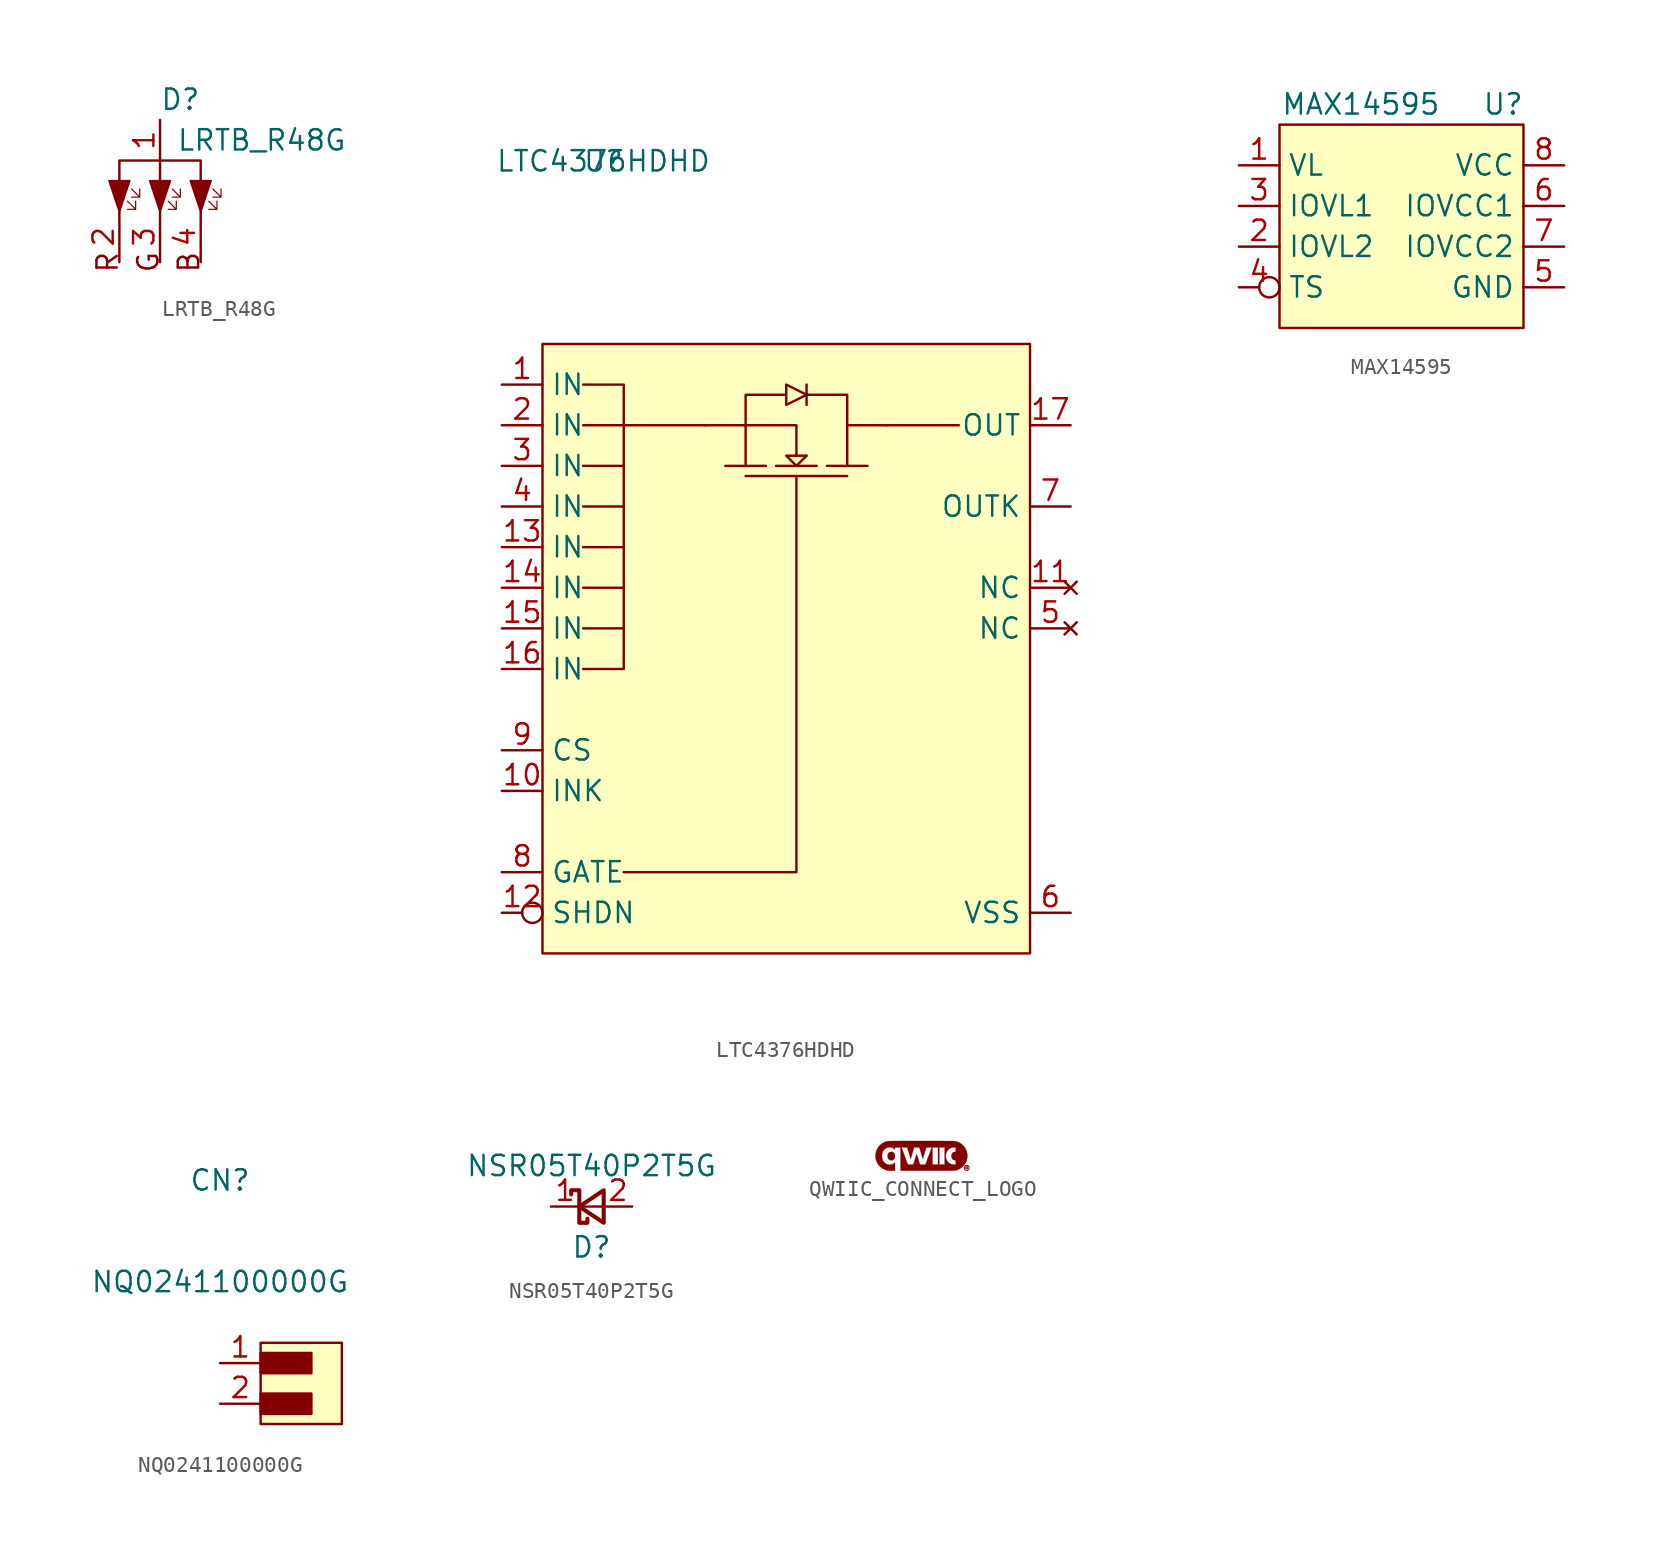
<source format=kicad_sym>
(kicad_symbol_lib
  (version 20211014)
  (generator kicad_symbol_editor)
  (symbol "LRTB_R48G"
    (property "Reference" "D"
      (at 1.27 1.27 0)
      (effects (font (size 1.27 1.27))))
    (property "Value" "LRTB_R48G"
      (at 6.35 -1.27 0)
      (effects (font (size 1.27 1.27))))
    (symbol "LRTB_R48G_0_0"
      (polyline (pts (xy 0 -3.81) (xy 0 -2.54)) (stroke (width 0) (type default) (color 0 0 0 0)) (fill (type none)))
      (polyline (pts (xy -3.175 -3.81) (xy -1.905 -3.81) (xy -2.54 -5.715) (xy -3.175 -3.81) (xy -2.54 -3.81)) (stroke (width 0.127) (type default) (color 0 0 0 0)) (fill (type outline)))
      (polyline (pts (xy -2.54 -3.81) (xy -2.54 -2.54) (xy 0 -2.54) (xy 2.54 -2.54) (xy 2.54 -3.81)) (stroke (width 0) (type default) (color 0 0 0 0)) (fill (type none)))
      (polyline (pts (xy -0.635 -3.81) (xy 0.635 -3.81) (xy 0 -5.715) (xy -0.635 -3.81) (xy 0 -3.81)) (stroke (width 0.127) (type default) (color 0 0 0 0)) (fill (type outline)))
      (polyline (pts (xy 1.905 -3.81) (xy 3.175 -3.81) (xy 2.54 -5.715) (xy 1.905 -3.81) (xy 2.54 -3.81)) (stroke (width 0.127) (type default) (color 0 0 0 0)) (fill (type outline)))
      (polyline (pts (xy -2.032 -5.08) (xy -1.524 -5.588) (xy -1.524 -5.08) (xy -1.524 -5.588) (xy -2.032 -5.588) (xy -1.524 -5.588)) (stroke (width 0.076) (type default) (color 0 0 0 0)) (fill (type none)))
      (polyline (pts (xy -1.778 -4.318) (xy -1.27 -4.826) (xy -1.27 -4.318) (xy -1.27 -4.826) (xy -1.778 -4.826) (xy -1.27 -4.826)) (stroke (width 0.076) (type default) (color 0 0 0 0)) (fill (type none)))
      (polyline (pts (xy 0.508 -5.08) (xy 1.016 -5.588) (xy 1.016 -5.08) (xy 1.016 -5.588) (xy 0.508 -5.588) (xy 1.016 -5.588)) (stroke (width 0.076) (type default) (color 0 0 0 0)) (fill (type none)))
      (polyline (pts (xy 0.762 -4.318) (xy 1.27 -4.826) (xy 1.27 -4.318) (xy 1.27 -4.826) (xy 0.762 -4.826) (xy 1.27 -4.826)) (stroke (width 0.076) (type default) (color 0 0 0 0)) (fill (type none)))
      (polyline (pts (xy 3.048 -5.08) (xy 3.556 -5.588) (xy 3.556 -5.08) (xy 3.556 -5.588) (xy 3.048 -5.588) (xy 3.556 -5.588)) (stroke (width 0.076) (type default) (color 0 0 0 0)) (fill (type none)))
      (polyline (pts (xy 3.302 -4.318) (xy 3.81 -4.826) (xy 3.81 -4.318) (xy 3.81 -4.826) (xy 3.302 -4.826) (xy 3.81 -4.826)) (stroke (width 0.076) (type default) (color 0 0 0 0)) (fill (type none)))
      (text "B" (at 2.54 -8.89 900) (effects (font (size 1.27 1.27)) (justify bottom)))
      (text "G" (at 0 -8.89 900) (effects (font (size 1.27 1.27)) (justify bottom)))
      (text "R" (at -2.54 -8.89 900) (effects (font (size 1.27 1.27)) (justify bottom))))
    (symbol "LRTB_R48G_1_1"
      (pin passive line (at 0 0 270) (length 2.54) (name "" (effects (font (size 1.27 1.27)))) (number "1" (effects (font (size 1.27 1.27)))))
      (pin passive line (at -2.54 -8.89 90) (length 3.175) (name "" (effects (font (size 1.27 1.27)))) (number "2" (effects (font (size 1.27 1.27)))))
      (pin passive line (at 0 -8.89 90) (length 3.175) (name "" (effects (font (size 1.27 1.27)))) (number "3" (effects (font (size 1.27 1.27)))))
      (pin passive line (at 2.54 -8.89 90) (length 3.175) (name "" (effects (font (size 1.27 1.27)))) (number "4" (effects (font (size 1.27 1.27)))))))
  (symbol "LTC4376HDHD"
    (property "Reference" "U"
      (at 6.35 13.97 0)
      (effects (font (size 1.27 1.27))))
    (property "Value" "LTC4376HDHD"
      (at 6.35 13.97 0)
      (effects (font (size 1.27 1.27))))
    (symbol "LTC4376HDHD_0_0"
      (pin power_in line (at 0 0 0) (length 2.54) (name "IN" (effects (font (size 1.27 1.27)))) (number "1" (effects (font (size 1.27 1.27)))))
      (pin power_in line (at 0 -25.4 0) (length 2.54) (name "INK" (effects (font (size 1.27 1.27)))) (number "10" (effects (font (size 1.27 1.27)))))
      (pin no_connect line (at 35.56 -12.7 180) (length 2.54) (name "NC" (effects (font (size 1.27 1.27)))) (number "11" (effects (font (size 1.27 1.27)))))
      (pin input inverted (at 0 -33.02 0) (length 2.54) (name "SHDN" (effects (font (size 1.27 1.27)))) (number "12" (effects (font (size 1.27 1.27)))))
      (pin power_in line (at 0 -10.16 0) (length 2.54) (name "IN" (effects (font (size 1.27 1.27)))) (number "13" (effects (font (size 1.27 1.27)))))
      (pin power_in line (at 0 -12.7 0) (length 2.54) (name "IN" (effects (font (size 1.27 1.27)))) (number "14" (effects (font (size 1.27 1.27)))))
      (pin power_in line (at 0 -15.24 0) (length 2.54) (name "IN" (effects (font (size 1.27 1.27)))) (number "15" (effects (font (size 1.27 1.27)))))
      (pin power_in line (at 0 -17.78 0) (length 2.54) (name "IN" (effects (font (size 1.27 1.27)))) (number "16" (effects (font (size 1.27 1.27)))))
      (pin power_out line (at 35.56 -2.54 180) (length 2.54) (name "OUT" (effects (font (size 1.27 1.27)))) (number "17" (effects (font (size 1.27 1.27)))))
      (pin power_in line (at 0 -2.54 0) (length 2.54) (name "IN" (effects (font (size 1.27 1.27)))) (number "2" (effects (font (size 1.27 1.27)))))
      (pin power_in line (at 0 -5.08 0) (length 2.54) (name "IN" (effects (font (size 1.27 1.27)))) (number "3" (effects (font (size 1.27 1.27)))))
      (pin power_in line (at 0 -7.62 0) (length 2.54) (name "IN" (effects (font (size 1.27 1.27)))) (number "4" (effects (font (size 1.27 1.27)))))
      (pin no_connect line (at 35.56 -15.24 180) (length 2.54) (name "NC" (effects (font (size 1.27 1.27)))) (number "5" (effects (font (size 1.27 1.27)))))
      (pin power_in line (at 35.56 -33.02 180) (length 2.54) (name "VSS" (effects (font (size 1.27 1.27)))) (number "6" (effects (font (size 1.27 1.27)))))
      (pin power_in line (at 35.56 -7.62 180) (length 2.54) (name "OUTK" (effects (font (size 1.27 1.27)))) (number "7" (effects (font (size 1.27 1.27)))))
      (pin output line (at 0 -30.48 0) (length 2.54) (name "GATE" (effects (font (size 1.27 1.27)))) (number "8" (effects (font (size 1.27 1.27)))))
      (pin power_in line (at 0 -22.86 0) (length 2.54) (name "CS" (effects (font (size 1.27 1.27)))) (number "9" (effects (font (size 1.27 1.27))))))
    (symbol "LTC4376HDHD_0_1"
      (polyline (pts (xy 5.08 -15.24) (xy 7.62 -15.24)) (stroke (width 0) (type default) (color 0 0 0 0)) (fill (type none)))
      (polyline (pts (xy 5.08 -12.7) (xy 7.62 -12.7)) (stroke (width 0) (type default) (color 0 0 0 0)) (fill (type none)))
      (polyline (pts (xy 5.08 -10.16) (xy 7.62 -10.16)) (stroke (width 0) (type default) (color 0 0 0 0)) (fill (type none)))
      (polyline (pts (xy 5.08 -7.62) (xy 7.62 -7.62)) (stroke (width 0) (type default) (color 0 0 0 0)) (fill (type none)))
      (polyline (pts (xy 5.08 -5.08) (xy 7.62 -5.08)) (stroke (width 0) (type default) (color 0 0 0 0)) (fill (type none)))
      (polyline (pts (xy 5.08 -2.54) (xy 7.62 -2.54)) (stroke (width 0) (type default) (color 0 0 0 0)) (fill (type none)))
      (polyline (pts (xy 12.7 -2.54) (xy 7.62 -2.54)) (stroke (width 0) (type default) (color 0 0 0 0)) (fill (type none)))
      (polyline (pts (xy 15.24 -5.715) (xy 21.59 -5.715)) (stroke (width 0) (type default) (color 0 0 0 0)) (fill (type none)))
      (polyline (pts (xy 15.24 -5.08) (xy 13.97 -5.08)) (stroke (width 0) (type default) (color 0 0 0 0)) (fill (type none)))
      (polyline (pts (xy 17.145 -5.08) (xy 19.685 -5.08)) (stroke (width 0) (type default) (color 0 0 0 0)) (fill (type none)))
      (polyline (pts (xy 18.415 -5.08) (xy 19.05 -4.445)) (stroke (width 0) (type default) (color 0 0 0 0)) (fill (type none)))
      (polyline (pts (xy 19.05 0) (xy 19.05 -1.27)) (stroke (width 0) (type default) (color 0 0 0 0)) (fill (type none)))
      (polyline (pts (xy 21.59 -5.08) (xy 22.86 -5.08)) (stroke (width 0) (type default) (color 0 0 0 0)) (fill (type none)))
      (polyline (pts (xy 24.13 -2.54) (xy 28.575 -2.54)) (stroke (width 0) (type default) (color 0 0 0 0)) (fill (type none)))
      (polyline (pts (xy 18.415 -5.715) (xy 18.415 -30.48) (xy 7.62 -30.48)) (stroke (width 0) (type default) (color 0 0 0 0)) (fill (type none)))
      (polyline (pts (xy 18.415 -5.08) (xy 17.78 -4.445) (xy 19.05 -4.445)) (stroke (width 0) (type default) (color 0 0 0 0)) (fill (type none)))
      (polyline (pts (xy 18.415 -4.445) (xy 18.415 -2.54) (xy 15.24 -2.54)) (stroke (width 0) (type default) (color 0 0 0 0)) (fill (type none)))
      (polyline (pts (xy 19.05 -0.635) (xy 21.59 -0.635) (xy 21.59 -2.54)) (stroke (width 0) (type default) (color 0 0 0 0)) (fill (type none)))
      (polyline (pts (xy 5.08 -17.78) (xy 7.62 -17.78) (xy 7.62 0) (xy 5.08 0)) (stroke (width 0) (type default) (color 0 0 0 0)) (fill (type none)))
      (polyline (pts (xy 12.7 -2.54) (xy 15.24 -2.54) (xy 15.24 -5.08) (xy 16.51 -5.08)) (stroke (width 0) (type default) (color 0 0 0 0)) (fill (type none)))
      (polyline (pts (xy 20.32 -5.08) (xy 21.59 -5.08) (xy 21.59 -2.54) (xy 24.13 -2.54)) (stroke (width 0) (type default) (color 0 0 0 0)) (fill (type none)))
      (polyline (pts (xy 15.24 -2.54) (xy 15.24 -0.635) (xy 17.78 -0.635) (xy 17.78 0) (xy 19.05 -0.635) (xy 17.78 -1.27) (xy 17.78 -0.635)) (stroke (width 0) (type default) (color 0 0 0 0)) (fill (type none)))
      (rectangle (start 2.54 -35.56) (end 33.02 2.54) (stroke (width 0) (type default) (color 0 0 0 0)) (fill (type background)))))
  (symbol "MAX14595"
    (property "Reference" "U"
      (at 16.51 3.81 0)
      (effects (font (size 1.27 1.27))))
    (property "Value" "MAX14595"
      (at 7.62 3.81 0)
      (effects (font (size 1.27 1.27))))
    (symbol "MAX14595_0_0"
      (pin power_in line (at 0 0 0) (length 2.54) (name "VL" (effects (font (size 1.27 1.27)))) (number "1" (effects (font (size 1.27 1.27)))))
      (pin bidirectional line (at 0 -5.08 0) (length 2.54) (name "IOVL2" (effects (font (size 1.27 1.27)))) (number "2" (effects (font (size 1.27 1.27)))))
      (pin bidirectional line (at 0 -2.54 0) (length 2.54) (name "IOVL1" (effects (font (size 1.27 1.27)))) (number "3" (effects (font (size 1.27 1.27)))))
      (pin input inverted (at 0 -7.62 0) (length 2.54) (name "TS" (effects (font (size 1.27 1.27)))) (number "4" (effects (font (size 1.27 1.27)))))
      (pin power_in line (at 20.32 -7.62 180) (length 2.54) (name "GND" (effects (font (size 1.27 1.27)))) (number "5" (effects (font (size 1.27 1.27)))))
      (pin bidirectional line (at 20.32 -2.54 180) (length 2.54) (name "IOVCC1" (effects (font (size 1.27 1.27)))) (number "6" (effects (font (size 1.27 1.27)))))
      (pin bidirectional line (at 20.32 -5.08 180) (length 2.54) (name "IOVCC2" (effects (font (size 1.27 1.27)))) (number "7" (effects (font (size 1.27 1.27)))))
      (pin power_in line (at 20.32 0 180) (length 2.54) (name "VCC" (effects (font (size 1.27 1.27)))) (number "8" (effects (font (size 1.27 1.27))))))
    (symbol "MAX14595_0_1"
      (rectangle (start 2.54 -10.16) (end 17.78 2.54) (stroke (width 0) (type default) (color 0 0 0 0)) (fill (type background)))))
  (symbol "NQ0241100000G"
    (property "Reference" "CN"
      (at 0 11.43 0)
      (effects (font (size 1.27 1.27))))
    (property "Value" "NQ0241100000G"
      (at 0 5.08 0)
      (effects (font (size 1.27 1.27))))
    (symbol "NQ0241100000G_0_1"
      (rectangle (start 2.54 -3.81) (end 7.62 1.27) (stroke (width 0) (type default) (color 0 0 0 0)) (fill (type background)))
      (rectangle (start 2.54 -3.175) (end 5.715 -1.905) (stroke (width 0) (type default) (color 0 0 0 0)) (fill (type outline)))
      (rectangle (start 2.54 -0.635) (end 5.715 0.635) (stroke (width 0) (type default) (color 0 0 0 0)) (fill (type outline))))
    (symbol "NQ0241100000G_1_1"
      (pin passive line (at 0 0 0) (length 2.54) (name "" (effects (font (size 1.27 1.27)))) (number "1" (effects (font (size 1.27 1.27)))))
      (pin passive line (at 0 -2.54 0) (length 2.54) (name "" (effects (font (size 1.27 1.27)))) (number "2" (effects (font (size 1.27 1.27)))))))
  (symbol "NSR05T40P2T5G"
    (property "Reference" "D"
      (at 2.54 -2.54 0)
      (effects (font (size 1.27 1.27))))
    (property "Value" "NSR05T40P2T5G"
      (at 2.54 2.54 0)
      (effects (font (size 1.27 1.27))))
    (symbol "NSR05T40P2T5G_0_1"
      (polyline (pts (xy 1.778 0) (xy 3.302 0)) (stroke (width 0) (type default) (color 0 0 0 0)) (fill (type none)))
      (polyline (pts (xy 3.302 -1.016) (xy 1.778 0) (xy 3.302 1.016) (xy 3.302 -1.016)) (stroke (width 0.254) (type default) (color 0 0 0 0)) (fill (type none)))
      (polyline (pts (xy 1.27 0.762) (xy 1.27 1.016) (xy 1.778 1.016) (xy 1.778 -1.016) (xy 2.286 -1.016) (xy 2.286 -0.762)) (stroke (width 0.254) (type default) (color 0 0 0 0)) (fill (type none))))
    (symbol "NSR05T40P2T5G_1_1"
      (pin passive line (at 0 0 0) (length 1.778) (name "" (effects (font (size 1.27 1.27)))) (number "1" (effects (font (size 1.27 1.27)))))
      (pin passive line (at 5.08 0 180) (length 1.778) (name "" (effects (font (size 1.27 1.27)))) (number "2" (effects (font (size 1.27 1.27)))))))
  (symbol "QWIIC_CONNECT_LOGO"
    (pin_names
      (offset 1.016))
    (property "Reference" "LOGO"
      (at 0 3.81 0)
      (effects (font (size 1.27 1.27)) hide))
    (symbol "QWIIC_CONNECT_LOGO_0_0"
      (polyline (pts (xy -1.867 -0.325) (xy -1.83 -0.317) (xy -1.817 -0.312) (xy -1.782 -0.29) (xy -1.749 -0.26) (xy -1.722 -0.224) (xy -1.702 -0.187) (xy -1.694 -0.159) (xy -1.683 -0.102) (xy -1.683 -0.044) (xy -1.69 0.013) (xy -1.706 0.065) (xy -1.73 0.111) (xy -1.762 0.147) (xy -1.788 0.168) (xy -1.823 0.186) (xy -1.863 0.196) (xy -1.911 0.2) (xy -1.943 0.199) (xy -1.967 0.196) (xy -1.988 0.19) (xy -2.011 0.18) (xy -2.047 0.158) (xy -2.082 0.123) (xy -2.11 0.078) (xy -2.123 0.048) (xy -2.137 -0.008) (xy -2.141 -0.069) (xy -2.135 -0.13) (xy -2.12 -0.187) (xy -2.112 -0.206) (xy -2.089 -0.241) (xy -2.059 -0.274) (xy -2.027 -0.3) (xy -1.995 -0.317) (xy -1.991 -0.318) (xy -1.953 -0.326) (xy -1.91 -0.328) (xy -1.867 -0.325)) (stroke (width 0.01) (type default) (color 0 0 0 0)) (fill (type outline)))
      (polyline (pts (xy 2.779 -0.881) (xy 2.785 -0.874) (xy 2.786 -0.858) (xy 2.788 -0.842) (xy 2.793 -0.835) (xy 2.807 -0.833) (xy 2.815 -0.834) (xy 2.829 -0.841) (xy 2.842 -0.858) (xy 2.843 -0.859) (xy 2.858 -0.876) (xy 2.874 -0.882) (xy 2.885 -0.882) (xy 2.89 -0.878) (xy 2.888 -0.868) (xy 2.877 -0.85) (xy 2.862 -0.826) (xy 2.877 -0.808) (xy 2.878 -0.806) (xy 2.89 -0.78) (xy 2.889 -0.754) (xy 2.874 -0.731) (xy 2.873 -0.731) (xy 2.863 -0.722) (xy 2.851 -0.717) (xy 2.832 -0.715) (xy 2.804 -0.714) (xy 2.751 -0.714) (xy 2.751 -0.769) (xy 2.786 -0.769) (xy 2.787 -0.762) (xy 2.788 -0.748) (xy 2.796 -0.743) (xy 2.813 -0.742) (xy 2.837 -0.745) (xy 2.852 -0.756) (xy 2.857 -0.775) (xy 2.853 -0.787) (xy 2.838 -0.798) (xy 2.825 -0.802) (xy 2.804 -0.805) (xy 2.791 -0.8) (xy 2.79 -0.799) (xy 2.788 -0.787) (xy 2.786 -0.769) (xy 2.751 -0.769) (xy 2.751 -0.882) (xy 2.769 -0.882) (xy 2.779 -0.881)) (stroke (width 0.01) (type default) (color 0 0 0 0)) (fill (type outline)))
      (polyline (pts (xy 2.836 -0.978) (xy 2.868 -0.97) (xy 2.899 -0.957) (xy 2.937 -0.93) (xy 2.966 -0.894) (xy 2.983 -0.851) (xy 2.99 -0.8) (xy 2.987 -0.768) (xy 2.973 -0.722) (xy 2.948 -0.684) (xy 2.913 -0.654) (xy 2.87 -0.634) (xy 2.841 -0.626) (xy 2.818 -0.624) (xy 2.796 -0.626) (xy 2.766 -0.634) (xy 2.759 -0.636) (xy 2.718 -0.657) (xy 2.686 -0.685) (xy 2.663 -0.72) (xy 2.649 -0.759) (xy 2.644 -0.801) (xy 2.645 -0.807) (xy 2.681 -0.807) (xy 2.685 -0.767) (xy 2.699 -0.732) (xy 2.701 -0.727) (xy 2.728 -0.697) (xy 2.763 -0.676) (xy 2.803 -0.665) (xy 2.844 -0.666) (xy 2.883 -0.678) (xy 2.904 -0.692) (xy 2.931 -0.72) (xy 2.949 -0.754) (xy 2.956 -0.792) (xy 2.953 -0.83) (xy 2.941 -0.866) (xy 2.918 -0.897) (xy 2.885 -0.922) (xy 2.881 -0.924) (xy 2.84 -0.937) (xy 2.797 -0.937) (xy 2.756 -0.926) (xy 2.721 -0.904) (xy 2.701 -0.881) (xy 2.687 -0.846) (xy 2.681 -0.807) (xy 2.645 -0.807) (xy 2.649 -0.842) (xy 2.662 -0.882) (xy 2.686 -0.917) (xy 2.718 -0.946) (xy 2.76 -0.967) (xy 2.783 -0.974) (xy 2.81 -0.979) (xy 2.836 -0.978)) (stroke (width 0.01) (type default) (color 0 0 0 0)) (fill (type outline)))
      (polyline (pts (xy 1.153 -0.98) (xy 1.274 -0.98) (xy 1.384 -0.98) (xy 1.484 -0.98) (xy 1.575 -0.979) (xy 1.656 -0.979) (xy 1.729 -0.979) (xy 1.794 -0.978) (xy 1.851 -0.977) (xy 1.902 -0.976) (xy 1.947 -0.975) (xy 1.985 -0.974) (xy 2.019 -0.972) (xy 2.048 -0.971) (xy 2.073 -0.969) (xy 2.094 -0.967) (xy 2.112 -0.964) (xy 2.128 -0.962) (xy 2.142 -0.959) (xy 2.155 -0.955) (xy 2.167 -0.952) (xy 2.178 -0.948) (xy 2.19 -0.944) (xy 2.203 -0.94) (xy 2.217 -0.935) (xy 2.314 -0.896) (xy 2.412 -0.844) (xy 2.502 -0.782) (xy 2.583 -0.71) (xy 2.655 -0.631) (xy 2.716 -0.544) (xy 2.767 -0.45) (xy 2.807 -0.351) (xy 2.836 -0.248) (xy 2.852 -0.141) (xy 2.856 -0.032) (xy 2.847 0.08) (xy 2.825 0.192) (xy 2.799 0.276) (xy 2.755 0.376) (xy 2.699 0.47) (xy 2.633 0.556) (xy 2.558 0.634) (xy 2.474 0.703) (xy 2.382 0.762) (xy 2.283 0.81) (xy 2.178 0.847) (xy 2.069 0.872) (xy 2.058 0.873) (xy 2.033 0.874) (xy 1.994 0.875) (xy 1.944 0.876) (xy 1.883 0.877) (xy 1.811 0.877) (xy 1.729 0.878) (xy 1.637 0.879) (xy 1.538 0.88) (xy 1.429 0.88) (xy 1.314 0.881) (xy 1.193 0.881) (xy 1.065 0.882) (xy 0.932 0.882) (xy 0.795 0.883) (xy 0.654 0.883) (xy 0.509 0.883) (xy 0.363 0.883) (xy 0.214 0.883) (xy -0.235 0.883) (xy -0.384 0.883) (xy -0.53 0.883) (xy -0.675 0.883) (xy -0.817 0.883) (xy -0.955 0.882) (xy -1.088 0.882) (xy -1.217 0.881) (xy -1.339 0.881) (xy -1.455 0.88) (xy -1.564 0.88) (xy -1.666 0.879) (xy -1.758 0.878) (xy -1.842 0.878) (xy -1.915 0.877) (xy -1.978 0.876) (xy -2.03 0.875) (xy -2.07 0.874) (xy -2.097 0.873) (xy -2.111 0.872) (xy -2.145 0.866) (xy -2.256 0.837) (xy -2.361 0.795) (xy -2.459 0.743) (xy -2.549 0.68) (xy -2.63 0.607) (xy -2.703 0.525) (xy -2.765 0.434) (xy -2.816 0.336) (xy -2.857 0.23) (xy -2.885 0.117) (xy -2.889 0.093) (xy -2.894 0.064) (xy -2.897 0.036) (xy -2.898 0.005) (xy -2.898 -0.033) (xy -2.897 -0.08) (xy -2.896 -0.106) (xy -2.889 -0.186) (xy -2.878 -0.258) (xy -2.86 -0.326) (xy -2.835 -0.393) (xy -2.802 -0.465) (xy -2.759 -0.543) (xy -2.694 -0.635) (xy -2.619 -0.717) (xy -2.535 -0.79) (xy -2.443 -0.852) (xy -2.343 -0.903) (xy -2.237 -0.943) (xy -2.125 -0.97) (xy -2.102 -0.973) (xy -2.063 -0.976) (xy -2.013 -0.978) (xy -1.951 -0.979) (xy -1.878 -0.98) (xy -1.68 -0.98) (xy -1.68 -0.468) (xy -1.723 -0.507) (xy -1.774 -0.547) (xy -1.835 -0.581) (xy -1.903 -0.602) (xy -1.977 -0.611) (xy -2.058 -0.608) (xy -2.102 -0.602) (xy -2.18 -0.581) (xy -2.251 -0.548) (xy -2.313 -0.505) (xy -2.368 -0.452) (xy -2.414 -0.389) (xy -2.45 -0.317) (xy -2.477 -0.237) (xy -2.494 -0.15) (xy -2.499 -0.056) (xy -2.499 -0.043) (xy -2.492 0.049) (xy -2.474 0.135) (xy -2.446 0.213) (xy -2.408 0.282) (xy -2.361 0.343) (xy -2.306 0.394) (xy -2.242 0.435) (xy -2.171 0.465) (xy -2.094 0.484) (xy -2.01 0.49) (xy -2.002 0.49) (xy -1.967 0.489) (xy -1.935 0.486) (xy -1.91 0.482) (xy -1.903 0.481) (xy -1.855 0.465) (xy -1.805 0.442) (xy -1.758 0.413) (xy -1.72 0.382) (xy -1.681 0.343) (xy -1.679 0.411) (xy -1.677 0.48) (xy -1.327 0.48) (xy -1.327 0.476) (xy -1.267 0.476) (xy -1.266 0.477) (xy -1.255 0.48) (xy -1.233 0.481) (xy -1.202 0.482) (xy -1.165 0.483) (xy -1.124 0.484) (xy -1.08 0.483) (xy -1.037 0.483) (xy -0.997 0.482) (xy -0.962 0.481) (xy -0.933 0.479) (xy -0.914 0.477) (xy -0.907 0.474) (xy -0.906 0.473) (xy -0.902 0.46) (xy -0.895 0.435) (xy -0.885 0.4) (xy -0.872 0.356) (xy -0.856 0.304) (xy -0.839 0.245) (xy -0.82 0.182) (xy -0.8 0.114) (xy -0.792 0.085) (xy -0.773 0.02) (xy -0.754 -0.041) (xy -0.738 -0.095) (xy -0.723 -0.142) (xy -0.711 -0.181) (xy -0.702 -0.209) (xy -0.696 -0.227) (xy -0.693 -0.233) (xy -0.69 -0.227) (xy -0.685 -0.208) (xy -0.676 -0.179) (xy -0.664 -0.14) (xy -0.65 -0.093) (xy -0.634 -0.039) (xy -0.617 0.021) (xy -0.599 0.084) (xy -0.584 0.135) (xy -0.566 0.198) (xy -0.549 0.258) (xy -0.533 0.311) (xy -0.52 0.358) (xy -0.508 0.396) (xy -0.5 0.424) (xy -0.496 0.439) (xy -0.482 0.483) (xy -0.313 0.481) (xy -0.144 0.48) (xy -0.094 0.308) (xy -0.086 0.282) (xy -0.068 0.219) (xy -0.048 0.15) (xy -0.027 0.079) (xy -0.007 0.01) (xy 0.011 -0.051) (xy 0.011 -0.053) (xy 0.026 -0.104) (xy 0.04 -0.147) (xy 0.051 -0.183) (xy 0.061 -0.21) (xy 0.067 -0.226) (xy 0.07 -0.23) (xy 0.071 -0.229) (xy 0.074 -0.218) (xy 0.081 -0.196) (xy 0.092 -0.163) (xy 0.104 -0.12) (xy 0.119 -0.07) (xy 0.136 -0.013) (xy 0.155 0.049) (xy 0.174 0.116) (xy 0.178 0.127) (xy 0.197 0.193) (xy 0.215 0.255) (xy 0.232 0.312) (xy 0.247 0.361) (xy 0.26 0.403) (xy 0.27 0.436) (xy 0.277 0.458) (xy 0.28 0.467) (xy 0.281 0.47) (xy 0.284 0.474) (xy 0.288 0.477) (xy 0.297 0.48) (xy 0.311 0.481) (xy 0.332 0.482) (xy 0.361 0.483) (xy 0.402 0.483) (xy 0.455 0.483) (xy 0.487 0.483) (xy 0.531 0.482) (xy 0.568 0.482) (xy 0.598 0.481) (xy 0.618 0.479) (xy 0.625 0.478) (xy 0.625 0.476) (xy 0.621 0.463) (xy 0.612 0.439) (xy 0.6 0.404) (xy 0.585 0.361) (xy 0.566 0.31) (xy 0.546 0.252) (xy 0.523 0.189) (xy 0.499 0.122) (xy 0.473 0.051) (xy 0.447 -0.021) (xy 0.421 -0.093) (xy 0.395 -0.165) (xy 0.369 -0.235) (xy 0.347 -0.295) (xy 0.666 -0.295) (xy 0.666 -0.219) (xy 0.667 -0.138) (xy 0.667 -0.052) (xy 0.669 0.48) (xy 1.019 0.48) (xy 1.019 -0.599) (xy 0.845 -0.601) (xy 0.821 -0.601) (xy 0.769 -0.601) (xy 0.731 -0.601) (xy 0.702 -0.6) (xy 0.683 -0.598) (xy 0.672 -0.596) (xy 0.668 -0.594) (xy 0.668 -0.593) (xy 0.668 -0.584) (xy 0.667 -0.561) (xy 0.667 -0.527) (xy 0.667 -0.482) (xy 0.666 -0.428) (xy 0.666 -0.365) (xy 0.666 -0.295) (xy 0.347 -0.295) (xy 0.344 -0.302) (xy 0.321 -0.365) (xy 0.3 -0.422) (xy 0.281 -0.473) (xy 0.266 -0.516) (xy 0.253 -0.55) (xy 0.244 -0.574) (xy 0.239 -0.586) (xy 0.231 -0.602) (xy 0.06 -0.602) (xy 0.018 -0.602) (xy -0.026 -0.602) (xy -0.059 -0.601) (xy -0.083 -0.6) (xy -0.099 -0.599) (xy -0.109 -0.597) (xy -0.115 -0.594) (xy -0.118 -0.59) (xy -0.121 -0.582) (xy -0.127 -0.561) (xy -0.137 -0.53) (xy -0.15 -0.489) (xy -0.165 -0.441) (xy -0.182 -0.385) (xy -0.201 -0.325) (xy -0.221 -0.261) (xy -0.221 -0.261) (xy -0.24 -0.197) (xy -0.259 -0.138) (xy -0.276 -0.085) (xy -0.291 -0.039) (xy -0.303 -0.001) (xy -0.313 0.028) (xy -0.32 0.045) (xy -0.323 0.051) (xy -0.325 0.044) (xy -0.331 0.026) (xy -0.341 -0.004) (xy -0.353 -0.043) (xy -0.368 -0.09) (xy -0.385 -0.143) (xy -0.404 -0.203) (xy -0.423 -0.266) (xy -0.441 -0.323) (xy -0.46 -0.383) (xy -0.477 -0.439) (xy -0.493 -0.487) (xy -0.506 -0.528) (xy -0.516 -0.56) (xy -0.523 -0.581) (xy -0.526 -0.59) (xy -0.528 -0.593) (xy -0.533 -0.596) (xy -0.542 -0.598) (xy -0.556 -0.6) (xy -0.578 -0.601) (xy -0.609 -0.602) (xy -0.65 -0.602) (xy -0.703 -0.602) (xy -0.738 -0.602) (xy -0.783 -0.602) (xy -0.821 -0.601) (xy -0.85 -0.6) (xy -0.87 -0.598) (xy -0.877 -0.597) (xy -0.88 -0.591) (xy -0.887 -0.572) (xy -0.898 -0.543) (xy -0.912 -0.504) (xy -0.93 -0.457) (xy -0.95 -0.402) (xy -0.972 -0.342) (xy -0.996 -0.276) (xy -1.021 -0.207) (xy -1.047 -0.136) (xy -1.073 -0.063) (xy -1.1 0.01) (xy -1.125 0.081) (xy -1.151 0.151) (xy -1.174 0.216) (xy -1.196 0.278) (xy -1.216 0.333) (xy -1.233 0.38) (xy -1.248 0.42) (xy -1.258 0.45) (xy -1.265 0.469) (xy -1.267 0.476) (xy -1.327 0.476) (xy -1.325 -0.25) (xy -1.324 -0.602) (xy 1.092 -0.602) (xy 1.094 -0.061) (xy 1.096 0.48) (xy 1.442 0.48) (xy 1.442 -0.043) (xy 1.508 -0.043) (xy 1.515 0.041) (xy 1.534 0.121) (xy 1.563 0.197) (xy 1.602 0.266) (xy 1.649 0.327) (xy 1.706 0.378) (xy 1.749 0.408) (xy 1.812 0.442) (xy 1.88 0.466) (xy 1.955 0.481) (xy 2.039 0.488) (xy 2.135 0.492) (xy 2.135 0.196) (xy 2.084 0.196) (xy 2.067 0.196) (xy 2.04 0.193) (xy 2.017 0.187) (xy 1.99 0.175) (xy 1.978 0.168) (xy 1.937 0.138) (xy 1.905 0.098) (xy 1.883 0.048) (xy 1.869 -0.013) (xy 1.866 -0.067) (xy 1.871 -0.128) (xy 1.888 -0.183) (xy 1.913 -0.232) (xy 1.948 -0.273) (xy 1.99 -0.303) (xy 1.999 -0.307) (xy 2.019 -0.314) (xy 2.044 -0.317) (xy 2.078 -0.318) (xy 2.135 -0.319) (xy 2.135 -0.609) (xy 2.057 -0.608) (xy 2.023 -0.608) (xy 1.936 -0.599) (xy 1.858 -0.58) (xy 1.787 -0.55) (xy 1.722 -0.51) (xy 1.662 -0.459) (xy 1.625 -0.418) (xy 1.582 -0.358) (xy 1.549 -0.292) (xy 1.526 -0.218) (xy 1.512 -0.135) (xy 1.511 -0.129) (xy 1.508 -0.043) (xy 1.442 -0.043) (xy 1.442 -0.599) (xy 1.267 -0.601) (xy 1.092 -0.602) (xy -1.324 -0.602) (xy -1.323 -0.98) (xy 0.371 -0.98) (xy 0.553 -0.98) (xy 1.022 -0.98) (xy 1.153 -0.98)) (stroke (width 0.01) (type default) (color 0 0 0 0)) (fill (type outline))))))
</source>
